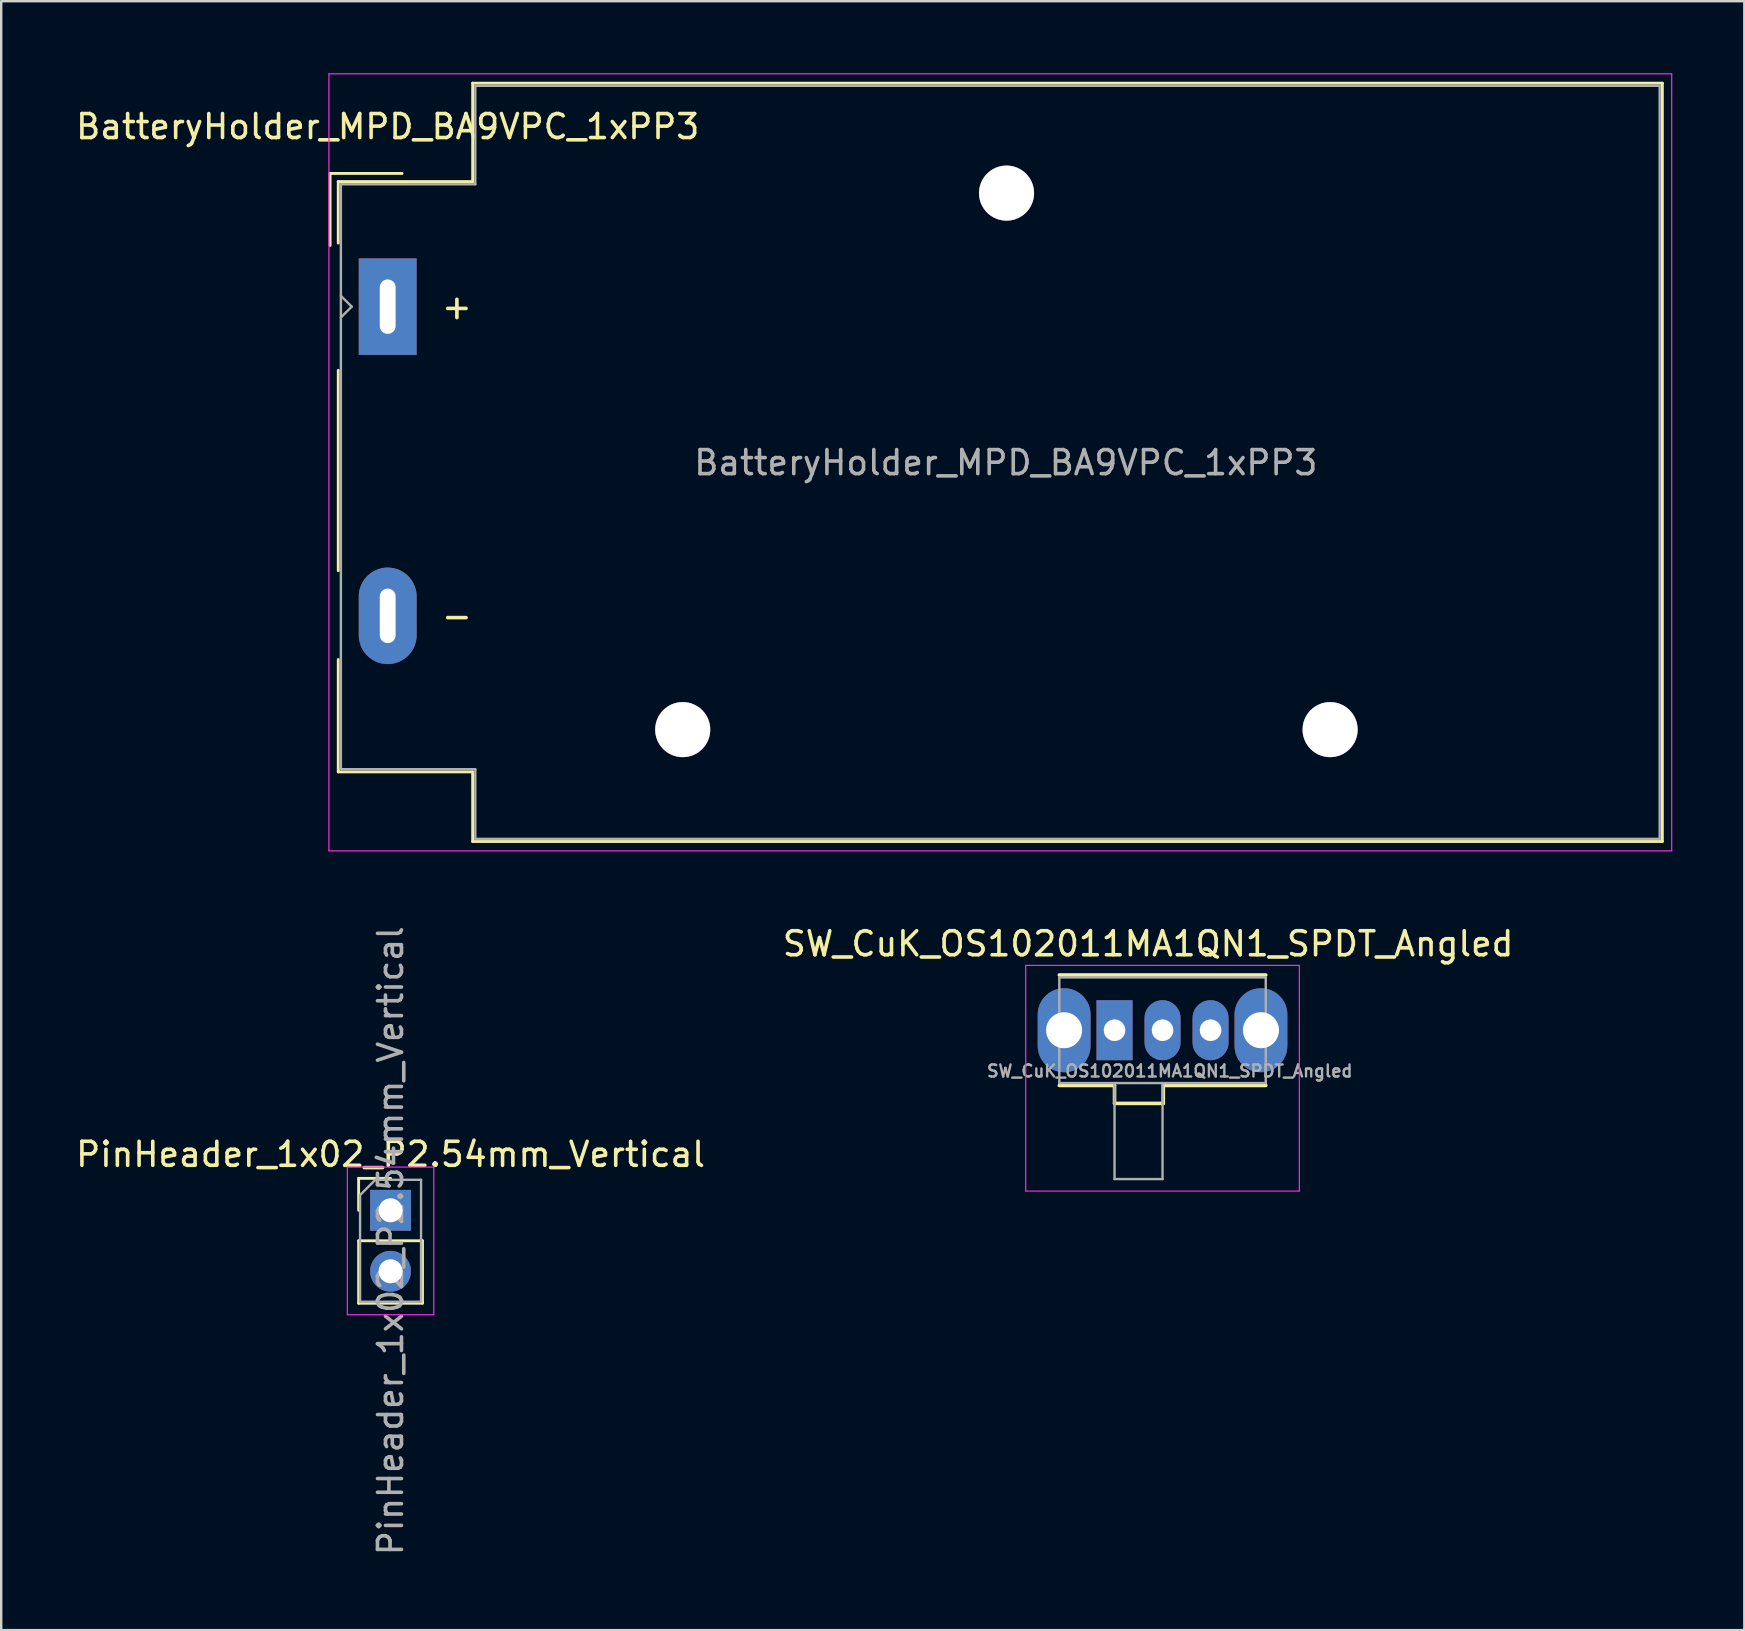
<source format=kicad_pcb>
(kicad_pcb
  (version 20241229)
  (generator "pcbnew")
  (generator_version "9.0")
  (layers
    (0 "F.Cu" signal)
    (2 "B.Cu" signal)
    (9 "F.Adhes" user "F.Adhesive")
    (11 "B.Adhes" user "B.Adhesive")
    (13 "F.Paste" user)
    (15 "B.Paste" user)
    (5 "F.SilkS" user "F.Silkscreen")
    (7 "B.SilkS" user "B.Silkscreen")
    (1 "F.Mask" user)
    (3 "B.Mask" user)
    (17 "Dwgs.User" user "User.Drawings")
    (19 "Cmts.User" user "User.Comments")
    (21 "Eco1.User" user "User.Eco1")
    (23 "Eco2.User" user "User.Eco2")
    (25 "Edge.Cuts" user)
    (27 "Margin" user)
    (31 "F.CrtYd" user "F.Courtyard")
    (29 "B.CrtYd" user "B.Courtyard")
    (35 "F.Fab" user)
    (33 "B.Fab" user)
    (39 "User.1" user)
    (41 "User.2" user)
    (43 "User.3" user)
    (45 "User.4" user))
  (footprint "PinHeader_1x02_P2.54mm_Vertical"
    (layer "F.Cu")
    (at 13.22 47.37)
    (property "Reference" "PinHeader_1x02_P2.54mm_Vertical" (at 0 -2.33 0) (layer "F.SilkS") (effects (font (size 1 1) (thickness 0.15))))
    (attr through_hole)
    (fp_line (start -1.33 -1.33) (end 0 -1.33) (stroke (width 0.12) (type solid)) (layer "F.SilkS"))
    (fp_line (start -1.33 0) (end -1.33 -1.33) (stroke (width 0.12) (type solid)) (layer "F.SilkS"))
    (fp_line (start -1.33 1.27) (end -1.33 3.87) (stroke (width 0.12) (type solid)) (layer "F.SilkS"))
    (fp_line (start -1.33 1.27) (end 1.33 1.27) (stroke (width 0.12) (type solid)) (layer "F.SilkS"))
    (fp_line (start -1.33 3.87) (end 1.33 3.87) (stroke (width 0.12) (type solid)) (layer "F.SilkS"))
    (fp_line (start 1.33 1.27) (end 1.33 3.87) (stroke (width 0.12) (type solid)) (layer "F.SilkS"))
    (fp_line (start -1.8 -1.8) (end -1.8 4.35) (stroke (width 0.05) (type solid)) (layer "F.CrtYd"))
    (fp_line (start -1.8 4.35) (end 1.8 4.35) (stroke (width 0.05) (type solid)) (layer "F.CrtYd"))
    (fp_line (start 1.8 -1.8) (end -1.8 -1.8) (stroke (width 0.05) (type solid)) (layer "F.CrtYd"))
    (fp_line (start 1.8 4.35) (end 1.8 -1.8) (stroke (width 0.05) (type solid)) (layer "F.CrtYd"))
    (fp_line (start -1.27 -0.635) (end -0.635 -1.27) (stroke (width 0.1) (type solid)) (layer "F.Fab"))
    (fp_line (start -1.27 3.81) (end -1.27 -0.635) (stroke (width 0.1) (type solid)) (layer "F.Fab"))
    (fp_line (start -0.635 -1.27) (end 1.27 -1.27) (stroke (width 0.1) (type solid)) (layer "F.Fab"))
    (fp_line (start 1.27 -1.27) (end 1.27 3.81) (stroke (width 0.1) (type solid)) (layer "F.Fab"))
    (fp_line (start 1.27 3.81) (end -1.27 3.81) (stroke (width 0.1) (type solid)) (layer "F.Fab"))
    (fp_text user "${REFERENCE}" (at 0 1.27 90) (layer "F.Fab") (effects (font (size 1 1) (thickness 0.15))))
    (pad "1" thru_hole rect (at 0 0 180) (size 1.7 1.7) (drill 1) (layers "*.Cu" "*.Mask"))
    (pad "2" thru_hole oval (at 0 2.54 180) (size 1.7 1.7) (drill 1) (layers "*.Cu" "*.Mask")))
  (footprint "BatteryHolder_MPD_BA9VPC_1xPP3"
    (layer "F.Cu")
    (at 13.101 9.725)
    (property "Reference" "BatteryHolder_MPD_BA9VPC_1xPP3" (at 0 -7.5 0) (layer "F.SilkS") (effects (font (size 1 1) (thickness 0.15))))
    (attr through_hole)
    (fp_line (start -2.4 -5.55) (end -2.4 -2.55) (stroke (width 0.12) (type solid)) (layer "F.SilkS"))
    (fp_line (start -2.4 -5.55) (end 0.6 -5.55) (stroke (width 0.12) (type solid)) (layer "F.SilkS"))
    (fp_line (start -2.06 -5.21) (end -2.06 -2.65) (stroke (width 0.12) (type solid)) (layer "F.SilkS"))
    (fp_line (start -2.06 2.65) (end -2.06 11) (stroke (width 0.12) (type solid)) (layer "F.SilkS"))
    (fp_line (start -2.06 19.38) (end -2.06 14.7) (stroke (width 0.12) (type solid)) (layer "F.SilkS"))
    (fp_line (start 3.54 -9.31) (end 3.54 -5.21) (stroke (width 0.12) (type solid)) (layer "F.SilkS"))
    (fp_line (start 3.54 -5.21) (end -2.06 -5.21) (stroke (width 0.12) (type solid)) (layer "F.SilkS"))
    (fp_line (start 3.54 19.38) (end -2.06 19.38) (stroke (width 0.12) (type solid)) (layer "F.SilkS"))
    (fp_line (start 3.54 22.28) (end 3.54 19.38) (stroke (width 0.12) (type solid)) (layer "F.SilkS"))
    (fp_line (start 53.1 -9.31) (end 3.54 -9.31) (stroke (width 0.12) (type solid)) (layer "F.SilkS"))
    (fp_line (start 53.1 22.28) (end 3.54 22.28) (stroke (width 0.12) (type solid)) (layer "F.SilkS"))
    (fp_line (start 53.1 22.28) (end 53.1 -9.31) (stroke (width 0.12) (type solid)) (layer "F.SilkS"))
    (fp_line (start -2.45 -9.7) (end -2.45 22.67) (stroke (width 0.05) (type solid)) (layer "F.CrtYd"))
    (fp_line (start -2.45 -9.7) (end 53.49 -9.7) (stroke (width 0.05) (type solid)) (layer "F.CrtYd"))
    (fp_line (start -2.45 22.67) (end 53.49 22.67) (stroke (width 0.05) (type solid)) (layer "F.CrtYd"))
    (fp_line (start 53.49 22.67) (end 53.49 -9.7) (stroke (width 0.05) (type solid)) (layer "F.CrtYd"))
    (fp_line (start -1.95 0.45) (end -1.5 0) (stroke (width 0.1) (type solid)) (layer "F.Fab"))
    (fp_line (start -1.95 19.27) (end -1.95 -5.1) (stroke (width 0.1) (type solid)) (layer "F.Fab"))
    (fp_line (start -1.5 0) (end -1.95 -0.45) (stroke (width 0.1) (type solid)) (layer "F.Fab"))
    (fp_line (start 3.65 -9.2) (end 52.99 -9.2) (stroke (width 0.1) (type solid)) (layer "F.Fab"))
    (fp_line (start 3.65 -5.1) (end -1.95 -5.1) (stroke (width 0.1) (type solid)) (layer "F.Fab"))
    (fp_line (start 3.65 -5.1) (end 3.65 -9.2) (stroke (width 0.1) (type solid)) (layer "F.Fab"))
    (fp_line (start 3.65 19.27) (end -1.95 19.27) (stroke (width 0.1) (type solid)) (layer "F.Fab"))
    (fp_line (start 3.65 22.17) (end 3.65 19.27) (stroke (width 0.1) (type solid)) (layer "F.Fab"))
    (fp_line (start 3.65 22.17) (end 52.99 22.17) (stroke (width 0.1) (type solid)) (layer "F.Fab"))
    (fp_line (start 52.99 22.17) (end 52.99 -9.2) (stroke (width 0.1) (type solid)) (layer "F.Fab"))
    (fp_text user "-" (at 3.6 12.88 0) (layer "F.SilkS") (effects (font (size 1 1) (thickness 0.15)) (justify right)))
    (fp_text user "+" (at 3.6 0 0) (layer "F.SilkS") (effects (font (size 1 1) (thickness 0.15)) (justify right)))
    (fp_text user "${REFERENCE}" (at 25.75 6.5 0) (layer "F.Fab") (effects (font (size 1 1) (thickness 0.15))))
    (pad "" np_thru_hole circle (at 12.29 17.62 180) (size 2.3 2.3) (drill 2.29) (layers "*.Cu" "*.Mask"))
    (pad "" np_thru_hole circle (at 25.78 -4.73 180) (size 2.3 2.3) (drill 2.29) (layers "*.Cu" "*.Mask"))
    (pad "" np_thru_hole circle (at 39.26 17.62 180) (size 2.3 2.3) (drill 2.29) (layers "*.Cu" "*.Mask"))
    (pad "1" thru_hole rect (at 0 0 180) (size 2.41 4.02) (drill oval 0.66 2.27) (layers "*.Cu" "*.Mask"))
    (pad "2" thru_hole oval (at 0 12.88 180) (size 2.41 4.02) (drill oval 0.66 2.27) (layers "*.Cu" "*.Mask")))
  (footprint "SW_CuK_OS102011MA1QN1_SPDT_Angled"
    (layer "F.Cu")
    (at 43.38 39.868)
    (property "Reference" "SW_CuK_OS102011MA1QN1_SPDT_Angled" (at 1.4 -3.6 0) (layer "F.SilkS") (effects (font (size 1 1) (thickness 0.15))))
    (attr through_hole)
    (fp_line (start -2.3 -2.3) (end 6.3 -2.3) (stroke (width 0.15) (type solid)) (layer "F.SilkS"))
    (fp_line (start -2.3 2.3) (end 0 2.3) (stroke (width 0.15) (type solid)) (layer "F.SilkS"))
    (fp_line (start 0 2.3) (end 0 3.048) (stroke (width 0.15) (type default)) (layer "F.SilkS"))
    (fp_line (start 0 3.048) (end 2.032 3.048) (stroke (width 0.15) (type default)) (layer "F.SilkS"))
    (fp_line (start 2.032 2.3) (end 2.032 3.048) (stroke (width 0.15) (type default)) (layer "F.SilkS"))
    (fp_line (start 2.032 2.3) (end 6.3 2.3) (stroke (width 0.15) (type solid)) (layer "F.SilkS"))
    (fp_line (start -3.7 -2.7) (end 7.7 -2.7) (stroke (width 0.05) (type solid)) (layer "F.CrtYd"))
    (fp_line (start -3.7 6.7) (end -3.7 -2.7) (stroke (width 0.05) (type solid)) (layer "F.CrtYd"))
    (fp_line (start 7.7 -2.7) (end 7.7 6.7) (stroke (width 0.05) (type solid)) (layer "F.CrtYd"))
    (fp_line (start 7.7 6.7) (end -3.7 6.7) (stroke (width 0.05) (type solid)) (layer "F.CrtYd"))
    (fp_line (start -2.3 -2.2) (end -2.3 2.2) (stroke (width 0.1) (type solid)) (layer "F.Fab"))
    (fp_line (start -2.3 -2.2) (end 6.3 -2.2) (stroke (width 0.1) (type solid)) (layer "F.Fab"))
    (fp_line (start -2.3 2.2) (end 6.3 2.2) (stroke (width 0.1) (type solid)) (layer "F.Fab"))
    (fp_line (start 0 6.2) (end 0 2.2) (stroke (width 0.1) (type solid)) (layer "F.Fab"))
    (fp_line (start 2 2.2) (end 2 6.2) (stroke (width 0.1) (type solid)) (layer "F.Fab"))
    (fp_line (start 2 6.2) (end 0 6.2) (stroke (width 0.1) (type solid)) (layer "F.Fab"))
    (fp_line (start 6.3 2.2) (end 6.3 -2.2) (stroke (width 0.1) (type solid)) (layer "F.Fab"))
    (fp_text user "${REFERENCE}" (at 2.3 1.7 0) (layer "F.Fab") (effects (font (size 0.5 0.5) (thickness 0.1))))
    (pad "" thru_hole oval (at -2.1 0 180) (size 2.2 3.5) (drill 1.5) (layers "*.Cu" "*.Mask"))
    (pad "" thru_hole oval (at 6.1 0 180) (size 2.2 3.5) (drill 1.5) (layers "*.Cu" "*.Mask"))
    (pad "1" thru_hole rect (at 0 0 180) (size 1.5 2.5) (drill 0.9) (layers "*.Cu" "*.Mask"))
    (pad "2" thru_hole oval (at 2 0 180) (size 1.5 2.5) (drill 0.9) (layers "*.Cu" "*.Mask"))
    (pad "3" thru_hole oval (at 4 0 180) (size 1.5 2.5) (drill 0.9) (layers "*.Cu" "*.Mask")))
  (gr_rect
    (start -3 -3)
    (end 69.616 64.86)
    (stroke (width 0.1) (type default))
    (fill no)
    (layer "Edge.Cuts")))
</source>
